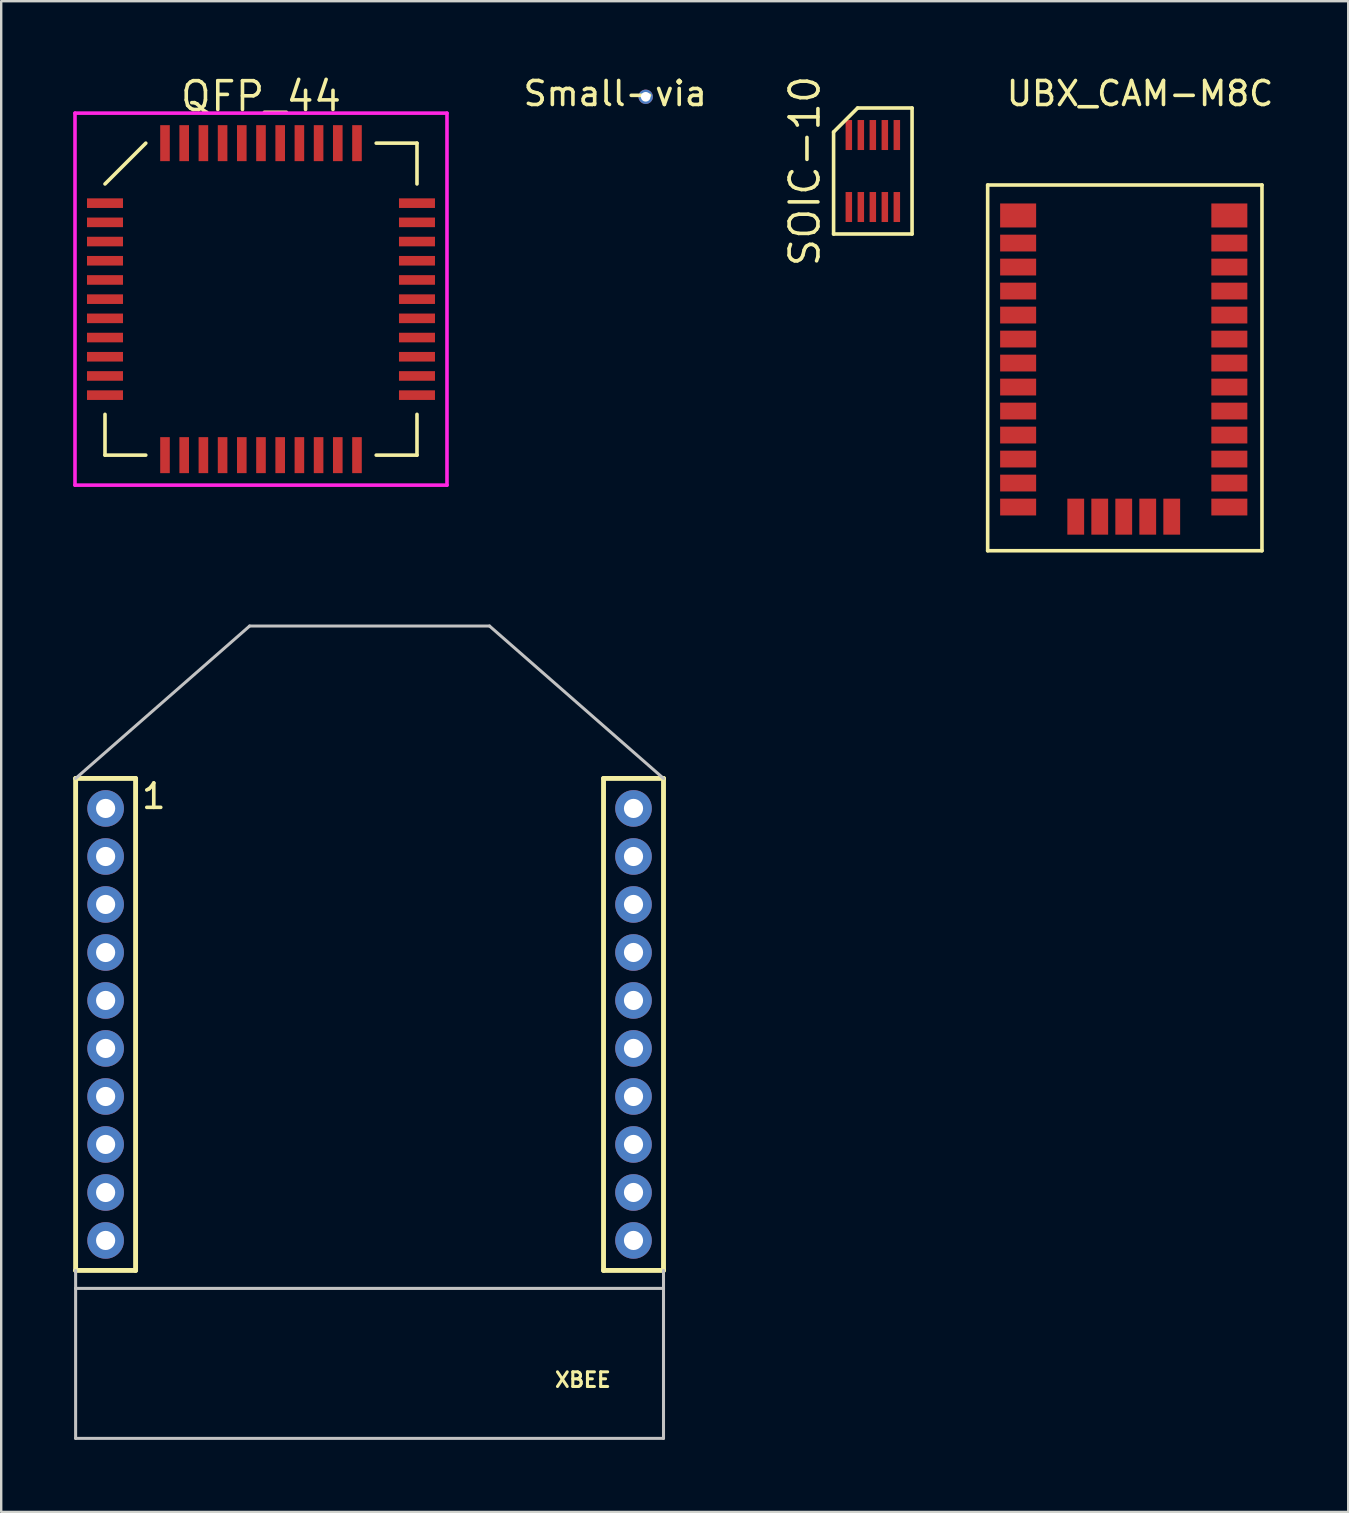
<source format=kicad_pcb>
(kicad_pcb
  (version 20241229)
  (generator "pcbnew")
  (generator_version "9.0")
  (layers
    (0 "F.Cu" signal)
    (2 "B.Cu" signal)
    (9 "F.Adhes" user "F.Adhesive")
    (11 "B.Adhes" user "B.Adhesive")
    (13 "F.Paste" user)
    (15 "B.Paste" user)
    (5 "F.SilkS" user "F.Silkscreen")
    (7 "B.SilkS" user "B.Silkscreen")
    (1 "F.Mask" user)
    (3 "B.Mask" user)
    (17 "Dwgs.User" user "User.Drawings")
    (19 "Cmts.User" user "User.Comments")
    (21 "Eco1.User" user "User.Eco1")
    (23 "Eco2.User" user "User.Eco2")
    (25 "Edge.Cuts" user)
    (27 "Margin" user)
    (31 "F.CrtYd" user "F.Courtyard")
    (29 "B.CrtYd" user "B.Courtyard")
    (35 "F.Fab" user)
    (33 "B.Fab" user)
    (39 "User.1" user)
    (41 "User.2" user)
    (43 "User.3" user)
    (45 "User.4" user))
  (footprint "Small-via"
    (layer "F.Cu")
    (at 22.585 0.348)
    (property "Reference" "Small-via" (at 0 0.5 0) (layer "F.SilkS") (effects (font (size 1 1) (thickness 0.15))))
    (attr through_hole)
    (pad "1" thru_hole circle (at 1.27 0.635) (size 0.6 0.6) (drill 0.4) (layers "*.Cu" "*.Mask")))
  (footprint "XBEE"
    (layer "F.Cu")
    (at 12.349 50.636)
    (property "Reference" "XBEE" (at 8.89 3.81 0) (layer "F.SilkS") (effects (font (size 0.61 0.61) (thickness 0.127))))
    (attr exclude_from_pos_files exclude_from_bom)
    (fp_line (start -12.248 -21.25) (end -12.248 -0.749) (stroke (width 0.203) (type solid)) (layer "F.SilkS"))
    (fp_line (start -12.248 -0.749) (end -9.749 -0.749) (stroke (width 0.203) (type solid)) (layer "F.SilkS"))
    (fp_line (start -9.749 -21.25) (end -12.248 -21.25) (stroke (width 0.203) (type solid)) (layer "F.SilkS"))
    (fp_line (start -9.749 -21.25) (end -9.749 -0.749) (stroke (width 0.203) (type solid)) (layer "F.SilkS"))
    (fp_line (start 9.749 -21.25) (end 9.749 -0.749) (stroke (width 0.203) (type solid)) (layer "F.SilkS"))
    (fp_line (start 9.749 -21.25) (end 12.248 -21.25) (stroke (width 0.203) (type solid)) (layer "F.SilkS"))
    (fp_line (start 12.248 -21.25) (end 12.248 -0.749) (stroke (width 0.203) (type solid)) (layer "F.SilkS"))
    (fp_line (start 12.248 -0.749) (end 9.749 -0.749) (stroke (width 0.203) (type solid)) (layer "F.SilkS"))
    (fp_line (start -12.248 -21.25) (end -4.999 -27.6) (stroke (width 0.127) (type solid)) (layer "Dwgs.User"))
    (fp_line (start -12.248 -0.749) (end -12.248 0) (stroke (width 0.127) (type solid)) (layer "Dwgs.User"))
    (fp_line (start -12.248 0) (end -12.248 6.248) (stroke (width 0.127) (type solid)) (layer "Dwgs.User"))
    (fp_line (start -12.248 0) (end 12.248 0) (stroke (width 0.127) (type solid)) (layer "Dwgs.User"))
    (fp_line (start -12.248 6.248) (end 12.248 6.248) (stroke (width 0.127) (type solid)) (layer "Dwgs.User"))
    (fp_line (start -4.999 -27.6) (end 4.999 -27.6) (stroke (width 0.127) (type solid)) (layer "Dwgs.User"))
    (fp_line (start 12.248 -21.25) (end 4.999 -27.6) (stroke (width 0.127) (type solid)) (layer "Dwgs.User"))
    (fp_line (start 12.248 -0.749) (end 12.248 0) (stroke (width 0.127) (type solid)) (layer "Dwgs.User"))
    (fp_line (start 12.248 0) (end 12.248 6.248) (stroke (width 0.127) (type solid)) (layer "Dwgs.User"))
    (fp_text user "1" (at -8.992 -20.508 0) (layer "F.SilkS") (effects (font (size 1.016 1.016) (thickness 0.152))))
    (pad "1" thru_hole circle (at -10.998 -20) (size 1.524 1.524) (drill 0.798) (layers "*.Cu" "*.Mask"))
    (pad "2" thru_hole circle (at -10.998 -17.998) (size 1.524 1.524) (drill 0.798) (layers "*.Cu" "*.Mask"))
    (pad "3" thru_hole circle (at -10.998 -15.999) (size 1.524 1.524) (drill 0.798) (layers "*.Cu" "*.Mask"))
    (pad "4" thru_hole circle (at -10.998 -13.998) (size 1.524 1.524) (drill 0.798) (layers "*.Cu" "*.Mask"))
    (pad "5" thru_hole circle (at -10.998 -11.999) (size 1.524 1.524) (drill 0.798) (layers "*.Cu" "*.Mask"))
    (pad "6" thru_hole circle (at -10.998 -10) (size 1.524 1.524) (drill 0.798) (layers "*.Cu" "*.Mask"))
    (pad "7" thru_hole circle (at -10.998 -7.998) (size 1.524 1.524) (drill 0.798) (layers "*.Cu" "*.Mask"))
    (pad "8" thru_hole circle (at -10.998 -5.999) (size 1.524 1.524) (drill 0.798) (layers "*.Cu" "*.Mask"))
    (pad "9" thru_hole circle (at -10.998 -3.998) (size 1.524 1.524) (drill 0.798) (layers "*.Cu" "*.Mask"))
    (pad "10" thru_hole circle (at -10.998 -1.999) (size 1.524 1.524) (drill 0.798) (layers "*.Cu" "*.Mask"))
    (pad "11" thru_hole circle (at 10.998 -1.999) (size 1.524 1.524) (drill 0.798) (layers "*.Cu" "*.Mask"))
    (pad "12" thru_hole circle (at 10.998 -3.998) (size 1.524 1.524) (drill 0.798) (layers "*.Cu" "*.Mask"))
    (pad "13" thru_hole circle (at 10.998 -5.999) (size 1.524 1.524) (drill 0.798) (layers "*.Cu" "*.Mask"))
    (pad "14" thru_hole circle (at 10.998 -7.998) (size 1.524 1.524) (drill 0.798) (layers "*.Cu" "*.Mask"))
    (pad "15" thru_hole circle (at 10.998 -10) (size 1.524 1.524) (drill 0.798) (layers "*.Cu" "*.Mask"))
    (pad "16" thru_hole circle (at 10.998 -11.999) (size 1.524 1.524) (drill 0.798) (layers "*.Cu" "*.Mask"))
    (pad "17" thru_hole circle (at 10.998 -13.998) (size 1.524 1.524) (drill 0.798) (layers "*.Cu" "*.Mask"))
    (pad "18" thru_hole circle (at 10.998 -15.999) (size 1.524 1.524) (drill 0.798) (layers "*.Cu" "*.Mask"))
    (pad "19" thru_hole circle (at 10.998 -17.998) (size 1.524 1.524) (drill 0.798) (layers "*.Cu" "*.Mask"))
    (pad "20" thru_hole circle (at 10.998 -20) (size 1.524 1.524) (drill 0.798) (layers "*.Cu" "*.Mask")))
  (footprint "UBX_CAM-M8C"
    (layer "F.Cu")
    (at 39.374 5.928)
    (property "Reference" "UBX_CAM-M8C" (at 5.08 -5.08 0) (layer "F.SilkS") (effects (font (size 1 1) (thickness 0.15))))
    (attr through_hole)
    (fp_line (start -1.27 -1.27) (end -1.27 13.97) (stroke (width 0.15) (type solid)) (layer "F.SilkS"))
    (fp_line (start -1.27 13.97) (end 10.16 13.97) (stroke (width 0.15) (type solid)) (layer "F.SilkS"))
    (fp_line (start 10.16 -1.27) (end -1.27 -1.27) (stroke (width 0.15) (type solid)) (layer "F.SilkS"))
    (fp_line (start 10.16 13.97) (end 10.16 -1.27) (stroke (width 0.15) (type solid)) (layer "F.SilkS"))
    (pad "1" smd rect (at 8.8 12.15) (size 1.5 0.7) (layers "F.Cu" "F.Mask" "F.Paste"))
    (pad "2" smd rect (at 8.8 11.15) (size 1.5 0.7) (layers "F.Cu" "F.Mask" "F.Paste"))
    (pad "3" smd rect (at 8.8 10.15) (size 1.5 0.7) (layers "F.Cu" "F.Mask" "F.Paste"))
    (pad "4" smd rect (at 8.8 9.15) (size 1.5 0.7) (layers "F.Cu" "F.Mask" "F.Paste"))
    (pad "5" smd rect (at 8.8 8.15) (size 1.5 0.7) (layers "F.Cu" "F.Mask" "F.Paste"))
    (pad "6" smd rect (at 8.8 7.15) (size 1.5 0.7) (layers "F.Cu" "F.Mask" "F.Paste"))
    (pad "7" smd rect (at 8.8 6.15) (size 1.5 0.7) (layers "F.Cu" "F.Mask" "F.Paste"))
    (pad "8" smd rect (at 8.8 5.15) (size 1.5 0.7) (layers "F.Cu" "F.Mask" "F.Paste"))
    (pad "9" smd rect (at 8.8 4.15) (size 1.5 0.7) (layers "F.Cu" "F.Mask" "F.Paste"))
    (pad "10" smd rect (at 8.8 3.15) (size 1.5 0.7) (layers "F.Cu" "F.Mask" "F.Paste"))
    (pad "11" smd rect (at 8.8 2.15) (size 1.5 0.7) (layers "F.Cu" "F.Mask" "F.Paste"))
    (pad "12" smd rect (at 8.8 1.15) (size 1.5 0.7) (layers "F.Cu" "F.Mask" "F.Paste"))
    (pad "13" smd rect (at 8.8 0) (size 1.5 1) (layers "F.Cu" "F.Mask" "F.Paste"))
    (pad "14" smd rect (at 0 0) (size 1.5 1) (layers "F.Cu" "F.Mask" "F.Paste"))
    (pad "15" smd rect (at 0 1.15) (size 1.5 0.7) (layers "F.Cu" "F.Mask" "F.Paste"))
    (pad "16" smd rect (at 0 2.15) (size 1.5 0.7) (layers "F.Cu" "F.Mask" "F.Paste"))
    (pad "17" smd rect (at 0 3.15) (size 1.5 0.7) (layers "F.Cu" "F.Mask" "F.Paste"))
    (pad "18" smd rect (at 0 4.15) (size 1.5 0.7) (layers "F.Cu" "F.Mask" "F.Paste"))
    (pad "19" smd rect (at 0 5.15) (size 1.5 0.7) (layers "F.Cu" "F.Mask" "F.Paste"))
    (pad "20" smd rect (at 0 6.15) (size 1.5 0.7) (layers "F.Cu" "F.Mask" "F.Paste"))
    (pad "21" smd rect (at 0 7.15) (size 1.5 0.7) (layers "F.Cu" "F.Mask" "F.Paste"))
    (pad "22" smd rect (at 0 8.15) (size 1.5 0.7) (layers "F.Cu" "F.Mask" "F.Paste"))
    (pad "23" smd rect (at 0 9.15) (size 1.5 0.7) (layers "F.Cu" "F.Mask" "F.Paste"))
    (pad "24" smd rect (at 0 10.15) (size 1.5 0.7) (layers "F.Cu" "F.Mask" "F.Paste"))
    (pad "25" smd rect (at 0 11.15) (size 1.5 0.7) (layers "F.Cu" "F.Mask" "F.Paste"))
    (pad "26" smd rect (at 0 12.15) (size 1.5 0.7) (layers "F.Cu" "F.Mask" "F.Paste"))
    (pad "27" smd rect (at 2.4 12.55 90) (size 1.5 0.7) (layers "F.Cu" "F.Mask" "F.Paste"))
    (pad "28" smd rect (at 3.4 12.55 90) (size 1.5 0.7) (layers "F.Cu" "F.Mask" "F.Paste"))
    (pad "29" smd rect (at 4.4 12.55 90) (size 1.5 0.7) (layers "F.Cu" "F.Mask" "F.Paste"))
    (pad "30" smd rect (at 5.4 12.55 90) (size 1.5 0.7) (layers "F.Cu" "F.Mask" "F.Paste"))
    (pad "31" smd rect (at 6.4 12.55 90) (size 1.5 0.7) (layers "F.Cu" "F.Mask" "F.Paste")))
  (footprint "SOIC-10"
    (layer "F.Cu")
    (at 33.319 4.076)
    (property "Reference" "SOIC-10" (at -2.835 0 90) (layer "F.SilkS") (effects (font (size 1.2 1.2) (thickness 0.15))))
    (attr through_hole)
    (fp_line (start -1.635 -1.625) (end -1.635 2.625) (stroke (width 0.15) (type solid)) (layer "F.SilkS"))
    (fp_line (start -1.635 2.625) (end 1.635 2.625) (stroke (width 0.15) (type solid)) (layer "F.SilkS"))
    (fp_line (start -0.635 -2.625) (end -1.635 -1.625) (stroke (width 0.15) (type solid)) (layer "F.SilkS"))
    (fp_line (start 1.635 -2.625) (end -0.635 -2.625) (stroke (width 0.15) (type solid)) (layer "F.SilkS"))
    (fp_line (start 1.635 2.625) (end 1.635 -2.625) (stroke (width 0.15) (type solid)) (layer "F.SilkS"))
    (pad "1" smd rect (at -1 1.5) (size 0.27 1.25) (layers "F.Cu" "F.Mask" "F.Paste"))
    (pad "2" smd rect (at -0.5 1.5) (size 0.27 1.25) (layers "F.Cu" "F.Mask" "F.Paste"))
    (pad "3" smd rect (at 0 1.5) (size 0.27 1.25) (layers "F.Cu" "F.Mask" "F.Paste"))
    (pad "4" smd rect (at 0.5 1.5) (size 0.27 1.25) (layers "F.Cu" "F.Mask" "F.Paste"))
    (pad "5" smd rect (at 1 1.5) (size 0.27 1.25) (layers "F.Cu" "F.Mask" "F.Paste"))
    (pad "6" smd rect (at 1 -1.5) (size 0.27 1.25) (layers "F.Cu" "F.Mask" "F.Paste"))
    (pad "7" smd rect (at 0.5 -1.5) (size 0.27 1.25) (layers "F.Cu" "F.Mask" "F.Paste"))
    (pad "8" smd rect (at 0 -1.5) (size 0.27 1.25) (layers "F.Cu" "F.Mask" "F.Paste"))
    (pad "9" smd rect (at -0.5 -1.5) (size 0.27 1.25) (layers "F.Cu" "F.Mask" "F.Paste"))
    (pad "10" smd rect (at -1 -1.5) (size 0.27 1.25) (layers "F.Cu" "F.Mask" "F.Paste")))
  (footprint "QFP_44"
    (layer "F.Cu")
    (at 7.825 9.415)
    (property "Reference" "QFP_44" (at 0 -8.45 0) (layer "F.SilkS") (effects (font (size 1.2 1.2) (thickness 0.15))))
    (attr through_hole)
    (fp_line (start -6.5 -4.8) (end -4.8 -6.5) (stroke (width 0.15) (type solid)) (layer "F.SilkS"))
    (fp_line (start -6.5 6.5) (end -6.5 4.8) (stroke (width 0.15) (type solid)) (layer "F.SilkS"))
    (fp_line (start -4.8 6.5) (end -6.5 6.5) (stroke (width 0.15) (type solid)) (layer "F.SilkS"))
    (fp_line (start 4.8 -6.5) (end 6.5 -6.5) (stroke (width 0.15) (type solid)) (layer "F.SilkS"))
    (fp_line (start 4.8 6.5) (end 6.5 6.5) (stroke (width 0.15) (type solid)) (layer "F.SilkS"))
    (fp_line (start 6.5 -6.5) (end 6.5 -4.8) (stroke (width 0.15) (type solid)) (layer "F.SilkS"))
    (fp_line (start 6.5 6.5) (end 6.5 4.8) (stroke (width 0.15) (type solid)) (layer "F.SilkS"))
    (fp_line (start -7.75 -7.75) (end 7.75 -7.75) (stroke (width 0.15) (type solid)) (layer "F.CrtYd"))
    (fp_line (start -7.75 7.75) (end -7.75 -7.75) (stroke (width 0.15) (type solid)) (layer "F.CrtYd"))
    (fp_line (start 7.75 -7.75) (end 7.75 7.75) (stroke (width 0.15) (type solid)) (layer "F.CrtYd"))
    (fp_line (start 7.75 7.75) (end -7.75 7.75) (stroke (width 0.15) (type solid)) (layer "F.CrtYd"))
    (pad "1" smd rect (at -6.5 -4 90) (size 0.4 1.5) (layers "F.Cu" "F.Mask" "F.Paste"))
    (pad "2" smd rect (at -6.5 -3.2 90) (size 0.4 1.5) (layers "F.Cu" "F.Mask" "F.Paste"))
    (pad "3" smd rect (at -6.5 -2.4 90) (size 0.4 1.5) (layers "F.Cu" "F.Mask" "F.Paste"))
    (pad "4" smd rect (at -6.5 -1.6 90) (size 0.4 1.5) (layers "F.Cu" "F.Mask" "F.Paste"))
    (pad "5" smd rect (at -6.5 -0.8 90) (size 0.4 1.5) (layers "F.Cu" "F.Mask" "F.Paste"))
    (pad "6" smd rect (at -6.5 0 90) (size 0.4 1.5) (layers "F.Cu" "F.Mask" "F.Paste"))
    (pad "7" smd rect (at -6.5 0.8 90) (size 0.4 1.5) (layers "F.Cu" "F.Mask" "F.Paste"))
    (pad "8" smd rect (at -6.5 1.6 90) (size 0.4 1.5) (layers "F.Cu" "F.Mask" "F.Paste"))
    (pad "9" smd rect (at -6.5 2.4 90) (size 0.4 1.5) (layers "F.Cu" "F.Mask" "F.Paste"))
    (pad "10" smd rect (at -6.5 3.2 90) (size 0.4 1.5) (layers "F.Cu" "F.Mask" "F.Paste"))
    (pad "11" smd rect (at -6.5 4 90) (size 0.4 1.5) (layers "F.Cu" "F.Mask" "F.Paste"))
    (pad "12" smd rect (at -4 6.5) (size 0.4 1.5) (layers "F.Cu" "F.Mask" "F.Paste"))
    (pad "13" smd rect (at -3.2 6.5) (size 0.4 1.5) (layers "F.Cu" "F.Mask" "F.Paste"))
    (pad "14" smd rect (at -2.4 6.5) (size 0.4 1.5) (layers "F.Cu" "F.Mask" "F.Paste"))
    (pad "15" smd rect (at -1.6 6.5) (size 0.4 1.5) (layers "F.Cu" "F.Mask" "F.Paste"))
    (pad "16" smd rect (at -0.8 6.5) (size 0.4 1.5) (layers "F.Cu" "F.Mask" "F.Paste"))
    (pad "17" smd rect (at 0 6.5) (size 0.4 1.5) (layers "F.Cu" "F.Mask" "F.Paste"))
    (pad "18" smd rect (at 0.8 6.5) (size 0.4 1.5) (layers "F.Cu" "F.Mask" "F.Paste"))
    (pad "19" smd rect (at 1.6 6.5) (size 0.4 1.5) (layers "F.Cu" "F.Mask" "F.Paste"))
    (pad "20" smd rect (at 2.4 6.5) (size 0.4 1.5) (layers "F.Cu" "F.Mask" "F.Paste"))
    (pad "21" smd rect (at 3.2 6.5) (size 0.4 1.5) (layers "F.Cu" "F.Mask" "F.Paste"))
    (pad "22" smd rect (at 4 6.5) (size 0.4 1.5) (layers "F.Cu" "F.Mask" "F.Paste"))
    (pad "23" smd rect (at 6.5 4 90) (size 0.4 1.5) (layers "F.Cu" "F.Mask" "F.Paste"))
    (pad "24" smd rect (at 6.5 3.2 90) (size 0.4 1.5) (layers "F.Cu" "F.Mask" "F.Paste"))
    (pad "25" smd rect (at 6.5 2.4 90) (size 0.4 1.5) (layers "F.Cu" "F.Mask" "F.Paste"))
    (pad "26" smd rect (at 6.5 1.6 90) (size 0.4 1.5) (layers "F.Cu" "F.Mask" "F.Paste"))
    (pad "27" smd rect (at 6.5 0.8 90) (size 0.4 1.5) (layers "F.Cu" "F.Mask" "F.Paste"))
    (pad "28" smd rect (at 6.5 0 90) (size 0.4 1.5) (layers "F.Cu" "F.Mask" "F.Paste"))
    (pad "29" smd rect (at 6.5 -0.8 90) (size 0.4 1.5) (layers "F.Cu" "F.Mask" "F.Paste"))
    (pad "30" smd rect (at 6.5 -1.6 90) (size 0.4 1.5) (layers "F.Cu" "F.Mask" "F.Paste"))
    (pad "31" smd rect (at 6.5 -2.4 90) (size 0.4 1.5) (layers "F.Cu" "F.Mask" "F.Paste"))
    (pad "32" smd rect (at 6.5 -3.2 90) (size 0.4 1.5) (layers "F.Cu" "F.Mask" "F.Paste"))
    (pad "33" smd rect (at 6.5 -4 90) (size 0.4 1.5) (layers "F.Cu" "F.Mask" "F.Paste"))
    (pad "34" smd rect (at 4 -6.5) (size 0.4 1.5) (layers "F.Cu" "F.Mask" "F.Paste"))
    (pad "35" smd rect (at 3.2 -6.5) (size 0.4 1.5) (layers "F.Cu" "F.Mask" "F.Paste"))
    (pad "36" smd rect (at 2.4 -6.5) (size 0.4 1.5) (layers "F.Cu" "F.Mask" "F.Paste"))
    (pad "37" smd rect (at 1.6 -6.5) (size 0.4 1.5) (layers "F.Cu" "F.Mask" "F.Paste"))
    (pad "38" smd rect (at 0.8 -6.5) (size 0.4 1.5) (layers "F.Cu" "F.Mask" "F.Paste"))
    (pad "39" smd rect (at 0 -6.5) (size 0.4 1.5) (layers "F.Cu" "F.Mask" "F.Paste"))
    (pad "40" smd rect (at -0.8 -6.5) (size 0.4 1.5) (layers "F.Cu" "F.Mask" "F.Paste"))
    (pad "41" smd rect (at -1.6 -6.5) (size 0.4 1.5) (layers "F.Cu" "F.Mask" "F.Paste"))
    (pad "42" smd rect (at -2.4 -6.5) (size 0.4 1.5) (layers "F.Cu" "F.Mask" "F.Paste"))
    (pad "43" smd rect (at -3.2 -6.5) (size 0.4 1.5) (layers "F.Cu" "F.Mask" "F.Paste"))
    (pad "44" smd rect (at -4 -6.5) (size 0.4 1.5) (layers "F.Cu" "F.Mask" "F.Paste")))
  (gr_rect
    (start -3 -3)
    (end 53.127 59.948)
    (stroke (width 0.1) (type default))
    (fill no)
    (layer "Edge.Cuts")))
</source>
